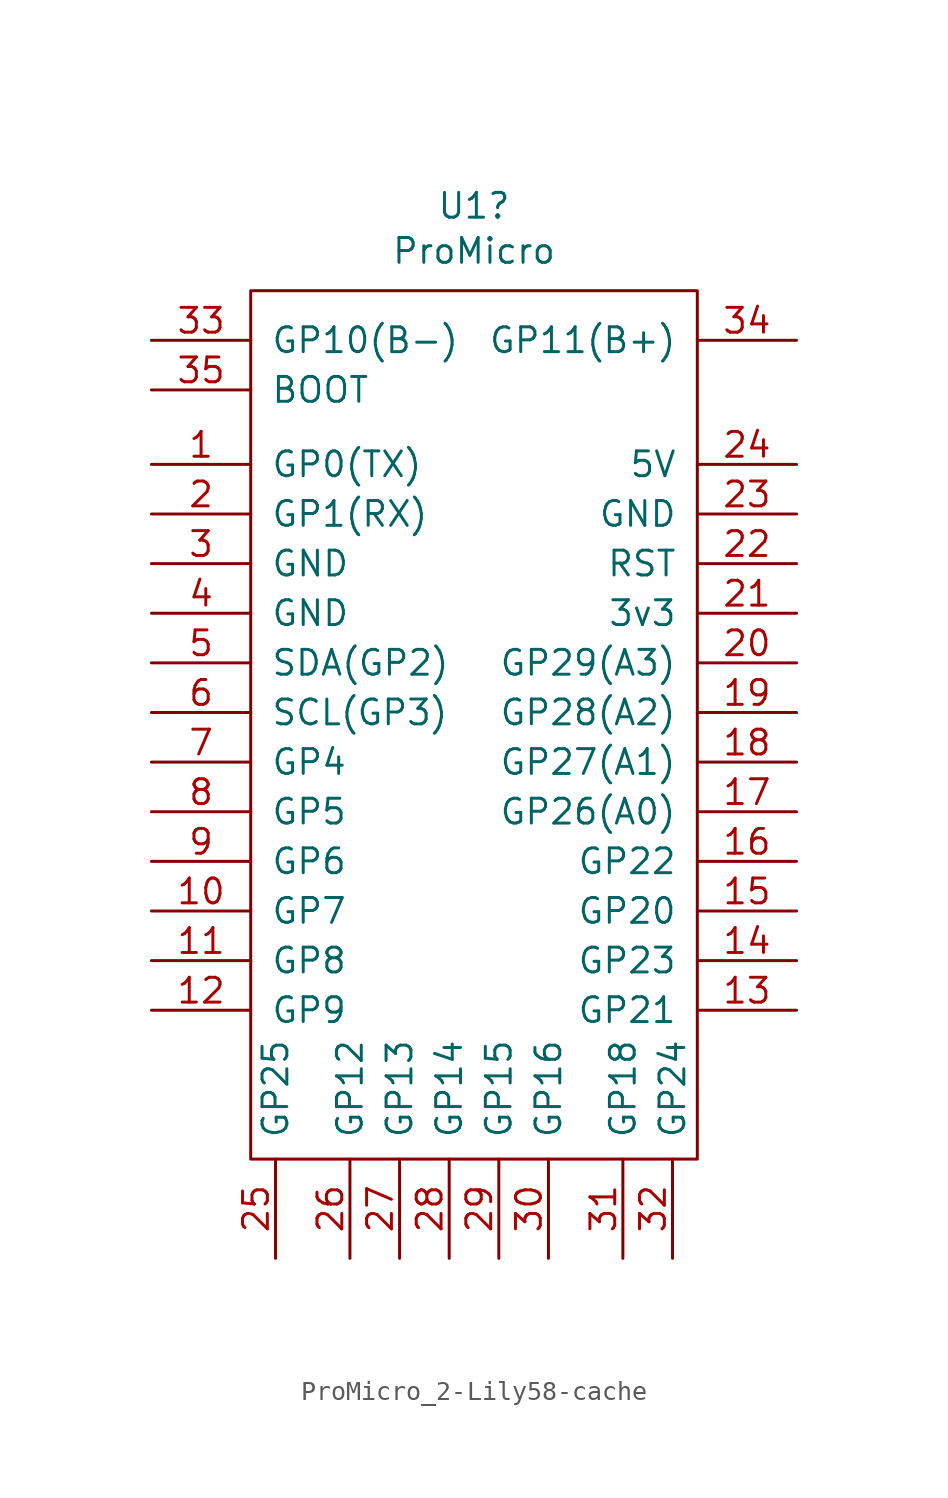
<source format=kicad_sym>
(kicad_symbol_lib
  (version 20231120)
  (generator "kicad_symbol_editor")
  (generator_version "8.0")
  (symbol "ProMicro_2-Lily58-cache"
    (pin_names
      (offset 1.016))
    (property "Reference" "U1"
      (at 0 27.203 0)
      (effects (font (size 1.27 1.27))))
    (property "Value" "ProMicro"
      (at 0 24.892 0)
      (effects (font (size 1.27 1.27))))
    (symbol "ProMicro_2-Lily58-cache_0_1"
      (rectangle (start -11.43 22.86) (end 11.43 -21.59) (stroke (width 0) (type solid)) (fill (type none))))
    (symbol "ProMicro_2-Lily58-cache_1_1"
      (pin input line (at -16.51 13.97 0) (length 5.08) (name "GP0(TX)" (effects (font (size 1.27 1.27)))) (number "1" (effects (font (size 1.27 1.27)))))
      (pin input line (at -16.51 -8.89 0) (length 5.08) (name "GP7" (effects (font (size 1.27 1.27)))) (number "10" (effects (font (size 1.27 1.27)))))
      (pin input line (at -16.51 -11.43 0) (length 5.08) (name "GP8" (effects (font (size 1.27 1.27)))) (number "11" (effects (font (size 1.27 1.27)))))
      (pin input line (at -16.51 -13.97 0) (length 5.08) (name "GP9" (effects (font (size 1.27 1.27)))) (number "12" (effects (font (size 1.27 1.27)))))
      (pin input line (at 16.51 -13.97 180) (length 5.08) (name "GP21" (effects (font (size 1.27 1.27)))) (number "13" (effects (font (size 1.27 1.27)))))
      (pin input line (at 16.51 -11.43 180) (length 5.08) (name "GP23" (effects (font (size 1.27 1.27)))) (number "14" (effects (font (size 1.27 1.27)))))
      (pin input line (at 16.51 -8.89 180) (length 5.08) (name "GP20" (effects (font (size 1.27 1.27)))) (number "15" (effects (font (size 1.27 1.27)))))
      (pin input line (at 16.51 -6.35 180) (length 5.08) (name "GP22" (effects (font (size 1.27 1.27)))) (number "16" (effects (font (size 1.27 1.27)))))
      (pin input line (at 16.51 -3.81 180) (length 5.08) (name "GP26(A0)" (effects (font (size 1.27 1.27)))) (number "17" (effects (font (size 1.27 1.27)))))
      (pin input line (at 16.51 -1.27 180) (length 5.08) (name "GP27(A1)" (effects (font (size 1.27 1.27)))) (number "18" (effects (font (size 1.27 1.27)))))
      (pin input line (at 16.51 1.27 180) (length 5.08) (name "GP28(A2)" (effects (font (size 1.27 1.27)))) (number "19" (effects (font (size 1.27 1.27)))))
      (pin input line (at -16.51 11.43 0) (length 5.08) (name "GP1(RX)" (effects (font (size 1.27 1.27)))) (number "2" (effects (font (size 1.27 1.27)))))
      (pin input line (at 16.51 3.81 180) (length 5.08) (name "GP29(A3)" (effects (font (size 1.27 1.27)))) (number "20" (effects (font (size 1.27 1.27)))))
      (pin input line (at 16.51 6.35 180) (length 5.08) (name "3v3" (effects (font (size 1.27 1.27)))) (number "21" (effects (font (size 1.27 1.27)))))
      (pin input line (at 16.51 8.89 180) (length 5.08) (name "RST" (effects (font (size 1.27 1.27)))) (number "22" (effects (font (size 1.27 1.27)))))
      (pin input line (at 16.51 11.43 180) (length 5.08) (name "GND" (effects (font (size 1.27 1.27)))) (number "23" (effects (font (size 1.27 1.27)))))
      (pin input line (at 16.51 13.97 180) (length 5.08) (name "5V" (effects (font (size 1.27 1.27)))) (number "24" (effects (font (size 1.27 1.27)))))
      (pin input line (at -10.16 -26.67 90) (length 5.08) (name "GP25" (effects (font (size 1.27 1.27)))) (number "25" (effects (font (size 1.27 1.27)))))
      (pin input line (at -6.35 -26.67 90) (length 5.08) (name "GP12" (effects (font (size 1.27 1.27)))) (number "26" (effects (font (size 1.27 1.27)))))
      (pin input line (at -3.81 -26.67 90) (length 5.08) (name "GP13" (effects (font (size 1.27 1.27)))) (number "27" (effects (font (size 1.27 1.27)))))
      (pin input line (at -1.27 -26.67 90) (length 5.08) (name "GP14" (effects (font (size 1.27 1.27)))) (number "28" (effects (font (size 1.27 1.27)))))
      (pin input line (at 1.27 -26.67 90) (length 5.08) (name "GP15" (effects (font (size 1.27 1.27)))) (number "29" (effects (font (size 1.27 1.27)))))
      (pin input line (at -16.51 8.89 0) (length 5.08) (name "GND" (effects (font (size 1.27 1.27)))) (number "3" (effects (font (size 1.27 1.27)))))
      (pin input line (at 3.81 -26.67 90) (length 5.08) (name "GP16" (effects (font (size 1.27 1.27)))) (number "30" (effects (font (size 1.27 1.27)))))
      (pin input line (at 7.62 -26.67 90) (length 5.08) (name "GP18" (effects (font (size 1.27 1.27)))) (number "31" (effects (font (size 1.27 1.27)))))
      (pin input line (at 10.16 -26.67 90) (length 5.08) (name "GP24" (effects (font (size 1.27 1.27)))) (number "32" (effects (font (size 1.27 1.27)))))
      (pin input line (at -16.51 20.32 0) (length 5.08) (name "GP10(B-)" (effects (font (size 1.27 1.27)))) (number "33" (effects (font (size 1.27 1.27)))))
      (pin input line (at 16.51 20.32 180) (length 5.08) (name "GP11(B+)" (effects (font (size 1.27 1.27)))) (number "34" (effects (font (size 1.27 1.27)))))
      (pin input line (at -16.51 17.78 0) (length 5.08) (name "BOOT" (effects (font (size 1.27 1.27)))) (number "35" (effects (font (size 1.27 1.27)))))
      (pin input line (at -16.51 6.35 0) (length 5.08) (name "GND" (effects (font (size 1.27 1.27)))) (number "4" (effects (font (size 1.27 1.27)))))
      (pin input line (at -16.51 3.81 0) (length 5.08) (name "SDA(GP2)" (effects (font (size 1.27 1.27)))) (number "5" (effects (font (size 1.27 1.27)))))
      (pin input line (at -16.51 1.27 0) (length 5.08) (name "SCL(GP3)" (effects (font (size 1.27 1.27)))) (number "6" (effects (font (size 1.27 1.27)))))
      (pin input line (at -16.51 -1.27 0) (length 5.08) (name "GP4" (effects (font (size 1.27 1.27)))) (number "7" (effects (font (size 1.27 1.27)))))
      (pin input line (at -16.51 -3.81 0) (length 5.08) (name "GP5" (effects (font (size 1.27 1.27)))) (number "8" (effects (font (size 1.27 1.27)))))
      (pin input line (at -16.51 -6.35 0) (length 5.08) (name "GP6" (effects (font (size 1.27 1.27)))) (number "9" (effects (font (size 1.27 1.27))))))))
</source>
